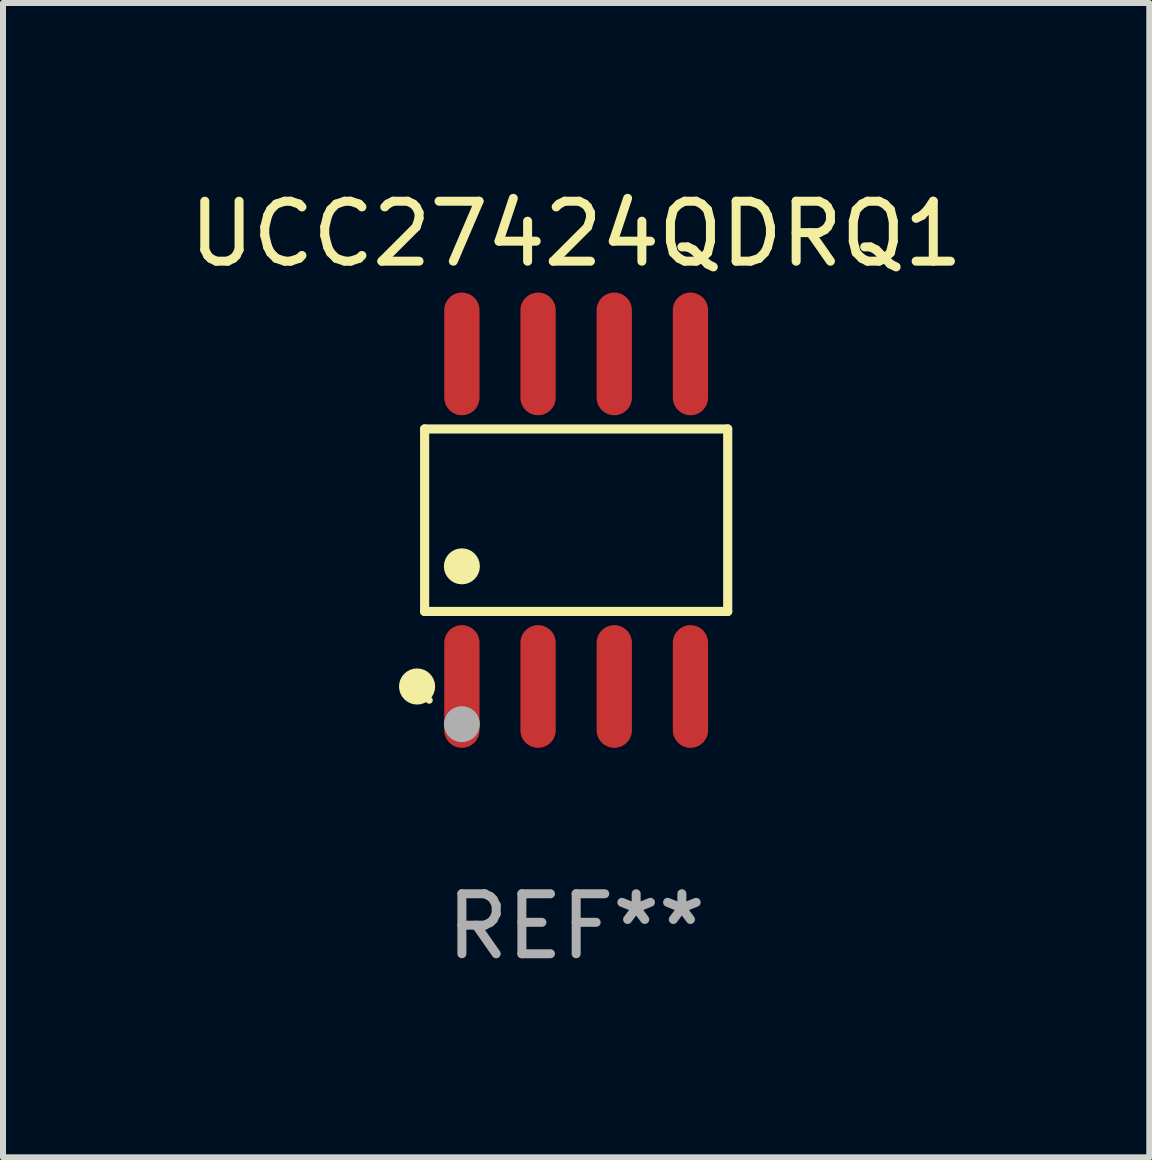
<source format=kicad_pcb>
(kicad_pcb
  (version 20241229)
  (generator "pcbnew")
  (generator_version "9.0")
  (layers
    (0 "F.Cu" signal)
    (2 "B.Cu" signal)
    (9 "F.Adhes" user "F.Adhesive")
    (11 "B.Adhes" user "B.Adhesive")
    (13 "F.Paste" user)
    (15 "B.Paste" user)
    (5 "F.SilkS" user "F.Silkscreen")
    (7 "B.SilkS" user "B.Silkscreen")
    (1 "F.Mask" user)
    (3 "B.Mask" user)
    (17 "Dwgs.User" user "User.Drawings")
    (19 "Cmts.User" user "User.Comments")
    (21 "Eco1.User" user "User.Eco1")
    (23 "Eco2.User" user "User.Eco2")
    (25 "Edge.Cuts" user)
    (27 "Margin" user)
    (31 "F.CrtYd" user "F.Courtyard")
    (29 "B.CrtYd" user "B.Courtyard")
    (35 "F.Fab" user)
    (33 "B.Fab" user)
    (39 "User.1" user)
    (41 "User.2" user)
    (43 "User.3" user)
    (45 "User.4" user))
  (footprint "UCC27424QDRQ1"
    (layer "F.Cu")
    (at 6.554 5.621)
    (property "Reference" "UCC27424QDRQ1" (at 0 -4.772 0) (layer "F.SilkS") (effects (font (size 1 1) (thickness 0.15))))
    (attr through_hole)
    (fp_line (start -2.526 -1.521) (end 2.526 -1.521) (stroke (width 0.152) (type solid)) (layer "F.SilkS"))
    (fp_line (start -2.526 1.521) (end -2.526 -1.521) (stroke (width 0.152) (type solid)) (layer "F.SilkS"))
    (fp_line (start 2.526 -1.521) (end 2.526 1.521) (stroke (width 0.152) (type solid)) (layer "F.SilkS"))
    (fp_line (start 2.526 1.521) (end -2.526 1.521) (stroke (width 0.152) (type solid)) (layer "F.SilkS"))
    (fp_circle (center -2.652 2.772) (end -2.501 2.772) (stroke (width 0.3) (type solid)) (fill no) (layer "F.SilkS"))
    (fp_circle (center -2.45 3) (end -2.42 3) (stroke (width 0.06) (type solid)) (fill no) (layer "F.SilkS"))
    (fp_circle (center -1.905 0.769) (end -1.755 0.769) (stroke (width 0.3) (type solid)) (fill no) (layer "F.SilkS"))
    (fp_circle (center -1.905 3.4) (end -1.755 3.4) (stroke (width 0.3) (type solid)) (fill no) (layer "F.Fab"))
    (fp_text user "REF**" (at 0 6.772 0) (layer "F.Fab") (effects (font (size 1 1) (thickness 0.15))))
    (pad "1" smd oval (at -1.905 2.772) (size 0.588 2.045) (layers "F.Cu" "F.Mask" "F.Paste"))
    (pad "2" smd oval (at -0.635 2.772) (size 0.588 2.045) (layers "F.Cu" "F.Mask" "F.Paste"))
    (pad "3" smd oval (at 0.635 2.772) (size 0.588 2.045) (layers "F.Cu" "F.Mask" "F.Paste"))
    (pad "4" smd oval (at 1.905 2.772) (size 0.588 2.045) (layers "F.Cu" "F.Mask" "F.Paste"))
    (pad "5" smd oval (at 1.905 -2.772) (size 0.588 2.045) (layers "F.Cu" "F.Mask" "F.Paste"))
    (pad "6" smd oval (at 0.635 -2.772) (size 0.588 2.045) (layers "F.Cu" "F.Mask" "F.Paste"))
    (pad "7" smd oval (at -0.635 -2.772) (size 0.588 2.045) (layers "F.Cu" "F.Mask" "F.Paste"))
    (pad "8" smd oval (at -1.905 -2.772) (size 0.588 2.045) (layers "F.Cu" "F.Mask" "F.Paste")))
  (gr_rect
    (start -3 -3)
    (end 16.107 16.241)
    (stroke (width 0.1) (type default))
    (fill no)
    (layer "Edge.Cuts")))
</source>
